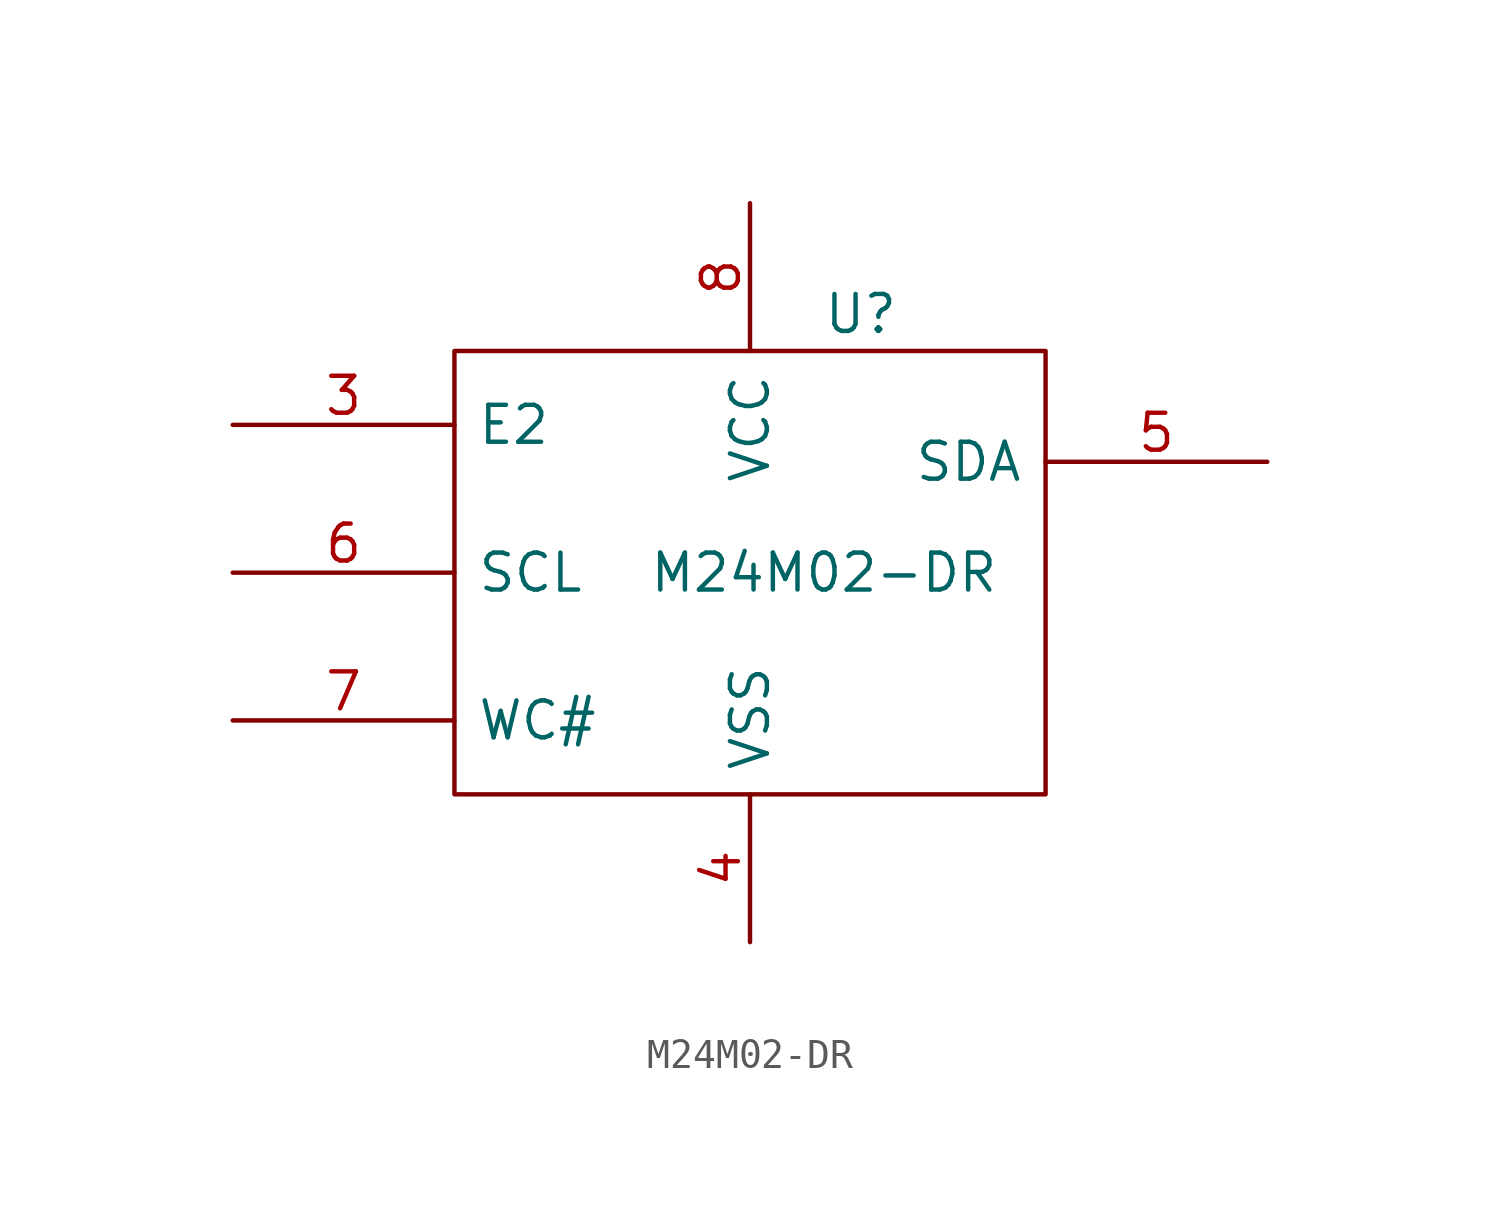
<source format=kicad_sym>
(kicad_symbol_lib
  (version 20220914)
  (generator kicad_symbol_editor)
  (symbol "M24M02-DR"
    (pin_names
      (offset 0.762))
    (property "Reference" "U"
      (at 3.81 8.89 0)
      (effects (font (size 1.27 1.27))))
    (property "Value" "M24M02-DR"
      (at 2.54 0 0)
      (effects (font (size 1.27 1.27))))
    (property "Footprint" ""
      (at 0 0 0)
      (effects (font (size 1.27 1.27))))
    (property "Datasheet" ""
      (at 0 0 0)
      (effects (font (size 1.27 1.27))))
    (symbol "M24M02-DR_0_0"
      (pin power_in line (at 0 -12.7 90) (length 5.08) (name "VSS" (effects (font (size 1.27 1.27)))) (number "4" (effects (font (size 1.27 1.27)))))
      (pin power_in line (at 0 12.7 270) (length 5.08) (name "VCC" (effects (font (size 1.27 1.27)))) (number "8" (effects (font (size 1.27 1.27))))))
    (symbol "M24M02-DR_1_1"
      (rectangle (start -10.16 -7.62) (end 10.16 7.62) (stroke (width 0) (type solid)) (fill (type none)))
      (pin input line (at -17.78 5.08 0) (length 7.62) (name "E2" (effects (font (size 1.27 1.27)))) (number "3" (effects (font (size 1.27 1.27)))))
      (pin bidirectional line (at 17.78 3.81 180) (length 7.62) (name "SDA" (effects (font (size 1.27 1.27)))) (number "5" (effects (font (size 1.27 1.27)))))
      (pin input line (at -17.78 0 0) (length 7.62) (name "SCL" (effects (font (size 1.27 1.27)))) (number "6" (effects (font (size 1.27 1.27)))))
      (pin input line (at -17.78 -5.08 0) (length 7.62) (name "WC#" (effects (font (size 1.27 1.27)))) (number "7" (effects (font (size 1.27 1.27))))))))
</source>
